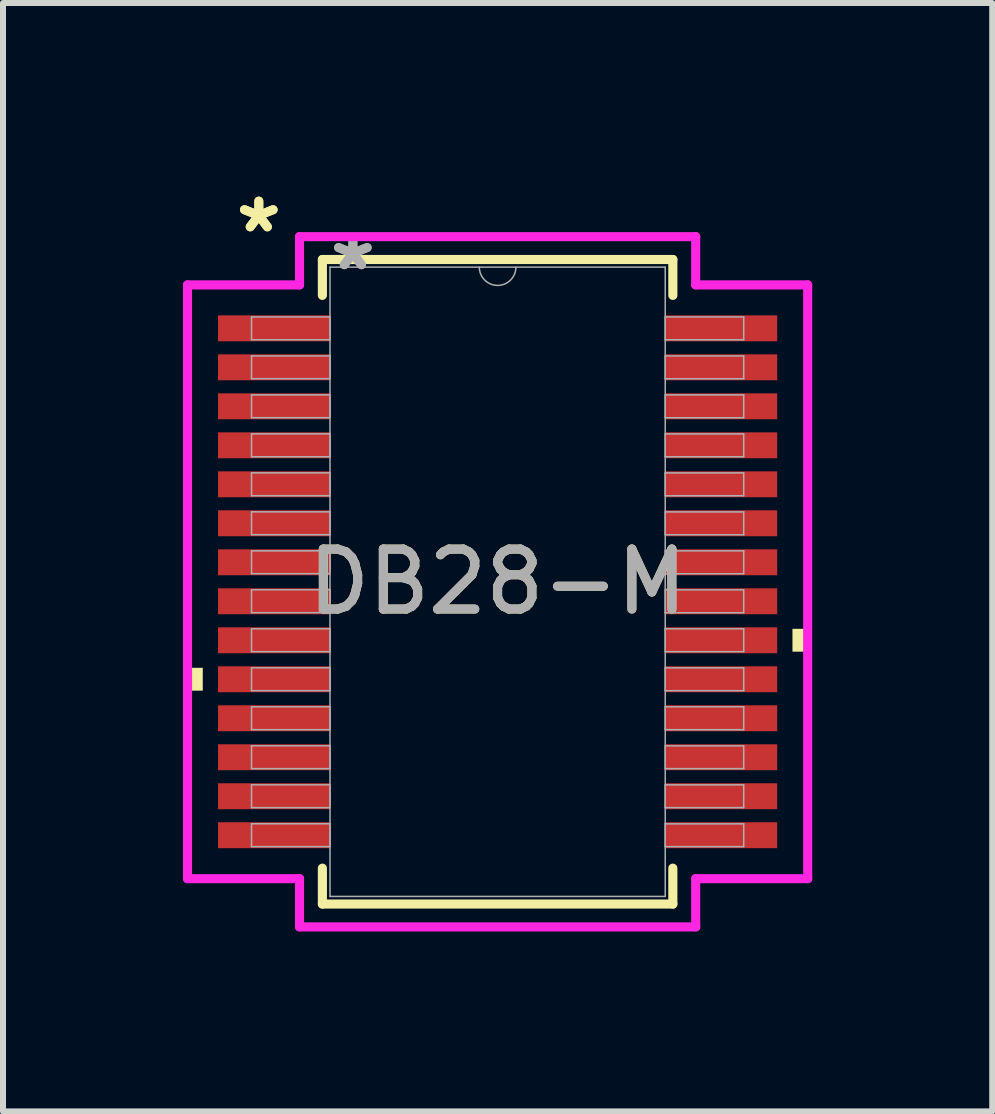
<source format=kicad_pcb>
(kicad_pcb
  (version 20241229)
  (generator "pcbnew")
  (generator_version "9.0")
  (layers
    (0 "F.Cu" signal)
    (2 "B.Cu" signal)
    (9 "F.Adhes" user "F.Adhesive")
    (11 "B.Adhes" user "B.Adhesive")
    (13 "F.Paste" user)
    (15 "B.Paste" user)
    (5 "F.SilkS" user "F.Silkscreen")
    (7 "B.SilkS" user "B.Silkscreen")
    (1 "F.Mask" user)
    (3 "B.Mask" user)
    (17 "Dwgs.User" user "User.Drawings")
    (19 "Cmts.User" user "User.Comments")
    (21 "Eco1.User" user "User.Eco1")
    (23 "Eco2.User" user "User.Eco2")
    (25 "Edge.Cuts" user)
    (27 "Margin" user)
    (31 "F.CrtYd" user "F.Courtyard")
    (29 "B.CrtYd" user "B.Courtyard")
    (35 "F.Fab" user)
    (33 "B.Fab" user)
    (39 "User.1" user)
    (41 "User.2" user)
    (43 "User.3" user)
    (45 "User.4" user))
  (footprint "DB28-M"
    (layer "F.Cu")
    (at 5.245 6.648)
    (property "Reference" "DB28-M" (at 0 0 0) (unlocked yes) (layer "F.SilkS") (effects (font (size 1 1) (thickness 0.15))))
    (attr smd)
    (fp_line (start -2.921 -5.372) (end -2.921 -4.774) (stroke (width 0.152) (type solid)) (layer "F.SilkS"))
    (fp_line (start -2.921 4.774) (end -2.921 5.372) (stroke (width 0.152) (type solid)) (layer "F.SilkS"))
    (fp_line (start -2.921 5.372) (end 2.921 5.372) (stroke (width 0.152) (type solid)) (layer "F.SilkS"))
    (fp_line (start 2.921 -5.372) (end -2.921 -5.372) (stroke (width 0.152) (type solid)) (layer "F.SilkS"))
    (fp_line (start 2.921 -4.774) (end 2.921 -5.372) (stroke (width 0.152) (type solid)) (layer "F.SilkS"))
    (fp_line (start 2.921 5.372) (end 2.921 4.774) (stroke (width 0.152) (type solid)) (layer "F.SilkS"))
    (fp_poly (pts (xy -5.169 1.434) (xy -5.169 1.815) (xy -4.915 1.815) (xy -4.915 1.434)) (stroke (width 0) (type solid)) (fill yes) (layer "F.SilkS"))
    (fp_poly (pts (xy 5.169 0.784) (xy 5.169 1.165) (xy 4.915 1.165) (xy 4.915 0.784)) (stroke (width 0) (type solid)) (fill yes) (layer "F.SilkS"))
    (fp_line (start -5.169 -4.949) (end -3.302 -4.949) (stroke (width 0.152) (type solid)) (layer "F.CrtYd"))
    (fp_line (start -5.169 4.949) (end -5.169 -4.949) (stroke (width 0.152) (type solid)) (layer "F.CrtYd"))
    (fp_line (start -5.169 4.949) (end -3.302 4.949) (stroke (width 0.152) (type solid)) (layer "F.CrtYd"))
    (fp_line (start -3.302 -5.753) (end 3.302 -5.753) (stroke (width 0.152) (type solid)) (layer "F.CrtYd"))
    (fp_line (start -3.302 -4.949) (end -3.302 -5.753) (stroke (width 0.152) (type solid)) (layer "F.CrtYd"))
    (fp_line (start -3.302 5.753) (end -3.302 4.949) (stroke (width 0.152) (type solid)) (layer "F.CrtYd"))
    (fp_line (start 3.302 -5.753) (end 3.302 -4.949) (stroke (width 0.152) (type solid)) (layer "F.CrtYd"))
    (fp_line (start 3.302 4.949) (end 3.302 5.753) (stroke (width 0.152) (type solid)) (layer "F.CrtYd"))
    (fp_line (start 3.302 5.753) (end -3.302 5.753) (stroke (width 0.152) (type solid)) (layer "F.CrtYd"))
    (fp_line (start 5.169 -4.949) (end 3.302 -4.949) (stroke (width 0.152) (type solid)) (layer "F.CrtYd"))
    (fp_line (start 5.169 -4.949) (end 5.169 4.949) (stroke (width 0.152) (type solid)) (layer "F.CrtYd"))
    (fp_line (start 5.169 4.949) (end 3.302 4.949) (stroke (width 0.152) (type solid)) (layer "F.CrtYd"))
    (fp_line (start -4.102 -4.415) (end -4.102 -4.035) (stroke (width 0.025) (type solid)) (layer "F.Fab"))
    (fp_line (start -4.102 -4.035) (end -2.794 -4.035) (stroke (width 0.025) (type solid)) (layer "F.Fab"))
    (fp_line (start -4.102 -3.765) (end -4.102 -3.385) (stroke (width 0.025) (type solid)) (layer "F.Fab"))
    (fp_line (start -4.102 -3.385) (end -2.794 -3.385) (stroke (width 0.025) (type solid)) (layer "F.Fab"))
    (fp_line (start -4.102 -3.115) (end -4.102 -2.735) (stroke (width 0.025) (type solid)) (layer "F.Fab"))
    (fp_line (start -4.102 -2.735) (end -2.794 -2.735) (stroke (width 0.025) (type solid)) (layer "F.Fab"))
    (fp_line (start -4.102 -2.466) (end -4.102 -2.084) (stroke (width 0.025) (type solid)) (layer "F.Fab"))
    (fp_line (start -4.102 -2.084) (end -2.794 -2.084) (stroke (width 0.025) (type solid)) (layer "F.Fab"))
    (fp_line (start -4.102 -1.816) (end -4.102 -1.435) (stroke (width 0.025) (type solid)) (layer "F.Fab"))
    (fp_line (start -4.102 -1.435) (end -2.794 -1.435) (stroke (width 0.025) (type solid)) (layer "F.Fab"))
    (fp_line (start -4.102 -1.166) (end -4.102 -0.785) (stroke (width 0.025) (type solid)) (layer "F.Fab"))
    (fp_line (start -4.102 -0.785) (end -2.794 -0.785) (stroke (width 0.025) (type solid)) (layer "F.Fab"))
    (fp_line (start -4.102 -0.516) (end -4.102 -0.135) (stroke (width 0.025) (type solid)) (layer "F.Fab"))
    (fp_line (start -4.102 -0.135) (end -2.794 -0.135) (stroke (width 0.025) (type solid)) (layer "F.Fab"))
    (fp_line (start -4.102 0.134) (end -4.102 0.515) (stroke (width 0.025) (type solid)) (layer "F.Fab"))
    (fp_line (start -4.102 0.515) (end -2.794 0.515) (stroke (width 0.025) (type solid)) (layer "F.Fab"))
    (fp_line (start -4.102 0.784) (end -4.102 1.165) (stroke (width 0.025) (type solid)) (layer "F.Fab"))
    (fp_line (start -4.102 1.165) (end -2.794 1.165) (stroke (width 0.025) (type solid)) (layer "F.Fab"))
    (fp_line (start -4.102 1.434) (end -4.102 1.815) (stroke (width 0.025) (type solid)) (layer "F.Fab"))
    (fp_line (start -4.102 1.815) (end -2.794 1.815) (stroke (width 0.025) (type solid)) (layer "F.Fab"))
    (fp_line (start -4.102 2.084) (end -4.102 2.465) (stroke (width 0.025) (type solid)) (layer "F.Fab"))
    (fp_line (start -4.102 2.465) (end -2.794 2.465) (stroke (width 0.025) (type solid)) (layer "F.Fab"))
    (fp_line (start -4.102 2.734) (end -4.102 3.115) (stroke (width 0.025) (type solid)) (layer "F.Fab"))
    (fp_line (start -4.102 3.115) (end -2.794 3.115) (stroke (width 0.025) (type solid)) (layer "F.Fab"))
    (fp_line (start -4.102 3.384) (end -4.102 3.765) (stroke (width 0.025) (type solid)) (layer "F.Fab"))
    (fp_line (start -4.102 3.765) (end -2.794 3.765) (stroke (width 0.025) (type solid)) (layer "F.Fab"))
    (fp_line (start -4.102 4.034) (end -4.102 4.415) (stroke (width 0.025) (type solid)) (layer "F.Fab"))
    (fp_line (start -4.102 4.415) (end -2.794 4.415) (stroke (width 0.025) (type solid)) (layer "F.Fab"))
    (fp_line (start -2.794 -5.245) (end -2.794 5.245) (stroke (width 0.025) (type solid)) (layer "F.Fab"))
    (fp_line (start -2.794 -4.415) (end -4.102 -4.415) (stroke (width 0.025) (type solid)) (layer "F.Fab"))
    (fp_line (start -2.794 -4.035) (end -2.794 -4.415) (stroke (width 0.025) (type solid)) (layer "F.Fab"))
    (fp_line (start -2.794 -3.765) (end -4.102 -3.765) (stroke (width 0.025) (type solid)) (layer "F.Fab"))
    (fp_line (start -2.794 -3.385) (end -2.794 -3.765) (stroke (width 0.025) (type solid)) (layer "F.Fab"))
    (fp_line (start -2.794 -3.115) (end -4.102 -3.115) (stroke (width 0.025) (type solid)) (layer "F.Fab"))
    (fp_line (start -2.794 -2.735) (end -2.794 -3.115) (stroke (width 0.025) (type solid)) (layer "F.Fab"))
    (fp_line (start -2.794 -2.466) (end -4.102 -2.466) (stroke (width 0.025) (type solid)) (layer "F.Fab"))
    (fp_line (start -2.794 -2.084) (end -2.794 -2.466) (stroke (width 0.025) (type solid)) (layer "F.Fab"))
    (fp_line (start -2.794 -1.816) (end -4.102 -1.816) (stroke (width 0.025) (type solid)) (layer "F.Fab"))
    (fp_line (start -2.794 -1.435) (end -2.794 -1.816) (stroke (width 0.025) (type solid)) (layer "F.Fab"))
    (fp_line (start -2.794 -1.166) (end -4.102 -1.166) (stroke (width 0.025) (type solid)) (layer "F.Fab"))
    (fp_line (start -2.794 -0.785) (end -2.794 -1.166) (stroke (width 0.025) (type solid)) (layer "F.Fab"))
    (fp_line (start -2.794 -0.516) (end -4.102 -0.516) (stroke (width 0.025) (type solid)) (layer "F.Fab"))
    (fp_line (start -2.794 -0.135) (end -2.794 -0.516) (stroke (width 0.025) (type solid)) (layer "F.Fab"))
    (fp_line (start -2.794 0.134) (end -4.102 0.134) (stroke (width 0.025) (type solid)) (layer "F.Fab"))
    (fp_line (start -2.794 0.515) (end -2.794 0.134) (stroke (width 0.025) (type solid)) (layer "F.Fab"))
    (fp_line (start -2.794 0.784) (end -4.102 0.784) (stroke (width 0.025) (type solid)) (layer "F.Fab"))
    (fp_line (start -2.794 1.165) (end -2.794 0.784) (stroke (width 0.025) (type solid)) (layer "F.Fab"))
    (fp_line (start -2.794 1.434) (end -4.102 1.434) (stroke (width 0.025) (type solid)) (layer "F.Fab"))
    (fp_line (start -2.794 1.815) (end -2.794 1.434) (stroke (width 0.025) (type solid)) (layer "F.Fab"))
    (fp_line (start -2.794 2.084) (end -4.102 2.084) (stroke (width 0.025) (type solid)) (layer "F.Fab"))
    (fp_line (start -2.794 2.465) (end -2.794 2.084) (stroke (width 0.025) (type solid)) (layer "F.Fab"))
    (fp_line (start -2.794 2.734) (end -4.102 2.734) (stroke (width 0.025) (type solid)) (layer "F.Fab"))
    (fp_line (start -2.794 3.115) (end -2.794 2.734) (stroke (width 0.025) (type solid)) (layer "F.Fab"))
    (fp_line (start -2.794 3.384) (end -4.102 3.384) (stroke (width 0.025) (type solid)) (layer "F.Fab"))
    (fp_line (start -2.794 3.765) (end -2.794 3.384) (stroke (width 0.025) (type solid)) (layer "F.Fab"))
    (fp_line (start -2.794 4.034) (end -4.102 4.034) (stroke (width 0.025) (type solid)) (layer "F.Fab"))
    (fp_line (start -2.794 4.415) (end -2.794 4.034) (stroke (width 0.025) (type solid)) (layer "F.Fab"))
    (fp_line (start -2.794 5.245) (end 2.794 5.245) (stroke (width 0.025) (type solid)) (layer "F.Fab"))
    (fp_line (start 2.794 -5.245) (end -2.794 -5.245) (stroke (width 0.025) (type solid)) (layer "F.Fab"))
    (fp_line (start 2.794 -4.415) (end 2.794 -4.034) (stroke (width 0.025) (type solid)) (layer "F.Fab"))
    (fp_line (start 2.794 -4.034) (end 4.102 -4.034) (stroke (width 0.025) (type solid)) (layer "F.Fab"))
    (fp_line (start 2.794 -3.765) (end 2.794 -3.384) (stroke (width 0.025) (type solid)) (layer "F.Fab"))
    (fp_line (start 2.794 -3.384) (end 4.102 -3.384) (stroke (width 0.025) (type solid)) (layer "F.Fab"))
    (fp_line (start 2.794 -3.115) (end 2.794 -2.734) (stroke (width 0.025) (type solid)) (layer "F.Fab"))
    (fp_line (start 2.794 -2.734) (end 4.102 -2.734) (stroke (width 0.025) (type solid)) (layer "F.Fab"))
    (fp_line (start 2.794 -2.465) (end 2.794 -2.084) (stroke (width 0.025) (type solid)) (layer "F.Fab"))
    (fp_line (start 2.794 -2.084) (end 4.102 -2.084) (stroke (width 0.025) (type solid)) (layer "F.Fab"))
    (fp_line (start 2.794 -1.815) (end 2.794 -1.434) (stroke (width 0.025) (type solid)) (layer "F.Fab"))
    (fp_line (start 2.794 -1.434) (end 4.102 -1.434) (stroke (width 0.025) (type solid)) (layer "F.Fab"))
    (fp_line (start 2.794 -1.165) (end 2.794 -0.784) (stroke (width 0.025) (type solid)) (layer "F.Fab"))
    (fp_line (start 2.794 -0.784) (end 4.102 -0.784) (stroke (width 0.025) (type solid)) (layer "F.Fab"))
    (fp_line (start 2.794 -0.515) (end 2.794 -0.134) (stroke (width 0.025) (type solid)) (layer "F.Fab"))
    (fp_line (start 2.794 -0.134) (end 4.102 -0.134) (stroke (width 0.025) (type solid)) (layer "F.Fab"))
    (fp_line (start 2.794 0.135) (end 2.794 0.516) (stroke (width 0.025) (type solid)) (layer "F.Fab"))
    (fp_line (start 2.794 0.516) (end 4.102 0.516) (stroke (width 0.025) (type solid)) (layer "F.Fab"))
    (fp_line (start 2.794 0.784) (end 2.794 1.165) (stroke (width 0.025) (type solid)) (layer "F.Fab"))
    (fp_line (start 2.794 1.165) (end 4.102 1.165) (stroke (width 0.025) (type solid)) (layer "F.Fab"))
    (fp_line (start 2.794 1.435) (end 2.794 1.815) (stroke (width 0.025) (type solid)) (layer "F.Fab"))
    (fp_line (start 2.794 1.815) (end 4.102 1.815) (stroke (width 0.025) (type solid)) (layer "F.Fab"))
    (fp_line (start 2.794 2.084) (end 2.794 2.466) (stroke (width 0.025) (type solid)) (layer "F.Fab"))
    (fp_line (start 2.794 2.466) (end 4.102 2.466) (stroke (width 0.025) (type solid)) (layer "F.Fab"))
    (fp_line (start 2.794 2.735) (end 2.794 3.115) (stroke (width 0.025) (type solid)) (layer "F.Fab"))
    (fp_line (start 2.794 3.115) (end 4.102 3.115) (stroke (width 0.025) (type solid)) (layer "F.Fab"))
    (fp_line (start 2.794 3.385) (end 2.794 3.765) (stroke (width 0.025) (type solid)) (layer "F.Fab"))
    (fp_line (start 2.794 3.765) (end 4.102 3.765) (stroke (width 0.025) (type solid)) (layer "F.Fab"))
    (fp_line (start 2.794 4.035) (end 2.794 4.415) (stroke (width 0.025) (type solid)) (layer "F.Fab"))
    (fp_line (start 2.794 4.415) (end 4.102 4.415) (stroke (width 0.025) (type solid)) (layer "F.Fab"))
    (fp_line (start 2.794 5.245) (end 2.794 -5.245) (stroke (width 0.025) (type solid)) (layer "F.Fab"))
    (fp_line (start 4.102 -4.415) (end 2.794 -4.415) (stroke (width 0.025) (type solid)) (layer "F.Fab"))
    (fp_line (start 4.102 -4.034) (end 4.102 -4.415) (stroke (width 0.025) (type solid)) (layer "F.Fab"))
    (fp_line (start 4.102 -3.765) (end 2.794 -3.765) (stroke (width 0.025) (type solid)) (layer "F.Fab"))
    (fp_line (start 4.102 -3.384) (end 4.102 -3.765) (stroke (width 0.025) (type solid)) (layer "F.Fab"))
    (fp_line (start 4.102 -3.115) (end 2.794 -3.115) (stroke (width 0.025) (type solid)) (layer "F.Fab"))
    (fp_line (start 4.102 -2.734) (end 4.102 -3.115) (stroke (width 0.025) (type solid)) (layer "F.Fab"))
    (fp_line (start 4.102 -2.465) (end 2.794 -2.465) (stroke (width 0.025) (type solid)) (layer "F.Fab"))
    (fp_line (start 4.102 -2.084) (end 4.102 -2.465) (stroke (width 0.025) (type solid)) (layer "F.Fab"))
    (fp_line (start 4.102 -1.815) (end 2.794 -1.815) (stroke (width 0.025) (type solid)) (layer "F.Fab"))
    (fp_line (start 4.102 -1.434) (end 4.102 -1.815) (stroke (width 0.025) (type solid)) (layer "F.Fab"))
    (fp_line (start 4.102 -1.165) (end 2.794 -1.165) (stroke (width 0.025) (type solid)) (layer "F.Fab"))
    (fp_line (start 4.102 -0.784) (end 4.102 -1.165) (stroke (width 0.025) (type solid)) (layer "F.Fab"))
    (fp_line (start 4.102 -0.515) (end 2.794 -0.515) (stroke (width 0.025) (type solid)) (layer "F.Fab"))
    (fp_line (start 4.102 -0.134) (end 4.102 -0.515) (stroke (width 0.025) (type solid)) (layer "F.Fab"))
    (fp_line (start 4.102 0.135) (end 2.794 0.135) (stroke (width 0.025) (type solid)) (layer "F.Fab"))
    (fp_line (start 4.102 0.516) (end 4.102 0.135) (stroke (width 0.025) (type solid)) (layer "F.Fab"))
    (fp_line (start 4.102 0.784) (end 2.794 0.784) (stroke (width 0.025) (type solid)) (layer "F.Fab"))
    (fp_line (start 4.102 1.165) (end 4.102 0.784) (stroke (width 0.025) (type solid)) (layer "F.Fab"))
    (fp_line (start 4.102 1.435) (end 2.794 1.435) (stroke (width 0.025) (type solid)) (layer "F.Fab"))
    (fp_line (start 4.102 1.815) (end 4.102 1.435) (stroke (width 0.025) (type solid)) (layer "F.Fab"))
    (fp_line (start 4.102 2.084) (end 2.794 2.084) (stroke (width 0.025) (type solid)) (layer "F.Fab"))
    (fp_line (start 4.102 2.466) (end 4.102 2.084) (stroke (width 0.025) (type solid)) (layer "F.Fab"))
    (fp_line (start 4.102 2.735) (end 2.794 2.735) (stroke (width 0.025) (type solid)) (layer "F.Fab"))
    (fp_line (start 4.102 3.115) (end 4.102 2.735) (stroke (width 0.025) (type solid)) (layer "F.Fab"))
    (fp_line (start 4.102 3.385) (end 2.794 3.385) (stroke (width 0.025) (type solid)) (layer "F.Fab"))
    (fp_line (start 4.102 3.765) (end 4.102 3.385) (stroke (width 0.025) (type solid)) (layer "F.Fab"))
    (fp_line (start 4.102 4.035) (end 2.794 4.035) (stroke (width 0.025) (type solid)) (layer "F.Fab"))
    (fp_line (start 4.102 4.415) (end 4.102 4.035) (stroke (width 0.025) (type solid)) (layer "F.Fab"))
    (fp_arc (start 0.3048 -5.2451) (mid 0 -4.9403) (end -0.3048 -5.2451) (stroke (width 0.0254) (type solid)) (layer "F.Fab"))
    (fp_text user "*" (at -3.981 -5.8 0) (layer "F.SilkS") (effects (font (size 1 1) (thickness 0.15))))
    (fp_text user "*" (at -3.981 -5.8 0) (unlocked yes) (layer "F.SilkS") (effects (font (size 1 1) (thickness 0.15))))
    (fp_text user "${REFERENCE}" (at 0 0 0) (unlocked yes) (layer "F.Fab") (effects (font (size 1 1) (thickness 0.15))))
    (fp_text user "*" (at -2.413 -5.169 0) (unlocked yes) (layer "F.Fab") (effects (font (size 1 1) (thickness 0.15))))
    (fp_text user "*" (at -2.413 -5.169 0) (layer "F.Fab") (effects (font (size 1 1) (thickness 0.15))))
    (pad "1" smd rect (at -3.727 -4.225) (size 1.867 0.432) (layers "F.Cu" "F.Mask" "F.Paste"))
    (pad "2" smd rect (at -3.727 -3.575) (size 1.867 0.432) (layers "F.Cu" "F.Mask" "F.Paste"))
    (pad "3" smd rect (at -3.727 -2.925) (size 1.867 0.432) (layers "F.Cu" "F.Mask" "F.Paste"))
    (pad "4" smd rect (at -3.727 -2.275) (size 1.867 0.432) (layers "F.Cu" "F.Mask" "F.Paste"))
    (pad "5" smd rect (at -3.727 -1.625) (size 1.867 0.432) (layers "F.Cu" "F.Mask" "F.Paste"))
    (pad "6" smd rect (at -3.727 -0.975) (size 1.867 0.432) (layers "F.Cu" "F.Mask" "F.Paste"))
    (pad "7" smd rect (at -3.727 -0.325) (size 1.867 0.432) (layers "F.Cu" "F.Mask" "F.Paste"))
    (pad "8" smd rect (at -3.727 0.325) (size 1.867 0.432) (layers "F.Cu" "F.Mask" "F.Paste"))
    (pad "9" smd rect (at -3.727 0.975) (size 1.867 0.432) (layers "F.Cu" "F.Mask" "F.Paste"))
    (pad "10" smd rect (at -3.727 1.625) (size 1.867 0.432) (layers "F.Cu" "F.Mask" "F.Paste"))
    (pad "11" smd rect (at -3.727 2.275) (size 1.867 0.432) (layers "F.Cu" "F.Mask" "F.Paste"))
    (pad "12" smd rect (at -3.727 2.925) (size 1.867 0.432) (layers "F.Cu" "F.Mask" "F.Paste"))
    (pad "13" smd rect (at -3.727 3.575) (size 1.867 0.432) (layers "F.Cu" "F.Mask" "F.Paste"))
    (pad "14" smd rect (at -3.727 4.225) (size 1.867 0.432) (layers "F.Cu" "F.Mask" "F.Paste"))
    (pad "15" smd rect (at 3.727 4.225) (size 1.867 0.432) (layers "F.Cu" "F.Mask" "F.Paste"))
    (pad "16" smd rect (at 3.727 3.575) (size 1.867 0.432) (layers "F.Cu" "F.Mask" "F.Paste"))
    (pad "17" smd rect (at 3.727 2.925) (size 1.867 0.432) (layers "F.Cu" "F.Mask" "F.Paste"))
    (pad "18" smd rect (at 3.727 2.275) (size 1.867 0.432) (layers "F.Cu" "F.Mask" "F.Paste"))
    (pad "19" smd rect (at 3.727 1.625) (size 1.867 0.432) (layers "F.Cu" "F.Mask" "F.Paste"))
    (pad "20" smd rect (at 3.727 0.975) (size 1.867 0.432) (layers "F.Cu" "F.Mask" "F.Paste"))
    (pad "21" smd rect (at 3.727 0.325) (size 1.867 0.432) (layers "F.Cu" "F.Mask" "F.Paste"))
    (pad "22" smd rect (at 3.727 -0.325) (size 1.867 0.432) (layers "F.Cu" "F.Mask" "F.Paste"))
    (pad "23" smd rect (at 3.727 -0.975) (size 1.867 0.432) (layers "F.Cu" "F.Mask" "F.Paste"))
    (pad "24" smd rect (at 3.727 -1.625) (size 1.867 0.432) (layers "F.Cu" "F.Mask" "F.Paste"))
    (pad "25" smd rect (at 3.727 -2.275) (size 1.867 0.432) (layers "F.Cu" "F.Mask" "F.Paste"))
    (pad "26" smd rect (at 3.727 -2.925) (size 1.867 0.432) (layers "F.Cu" "F.Mask" "F.Paste"))
    (pad "27" smd rect (at 3.727 -3.575) (size 1.867 0.432) (layers "F.Cu" "F.Mask" "F.Paste"))
    (pad "28" smd rect (at 3.727 -4.225) (size 1.867 0.432) (layers "F.Cu" "F.Mask" "F.Paste")))
  (gr_rect
    (start -3 -3)
    (end 13.49 15.477)
    (stroke (width 0.1) (type default))
    (fill no)
    (layer "Edge.Cuts")))
</source>
